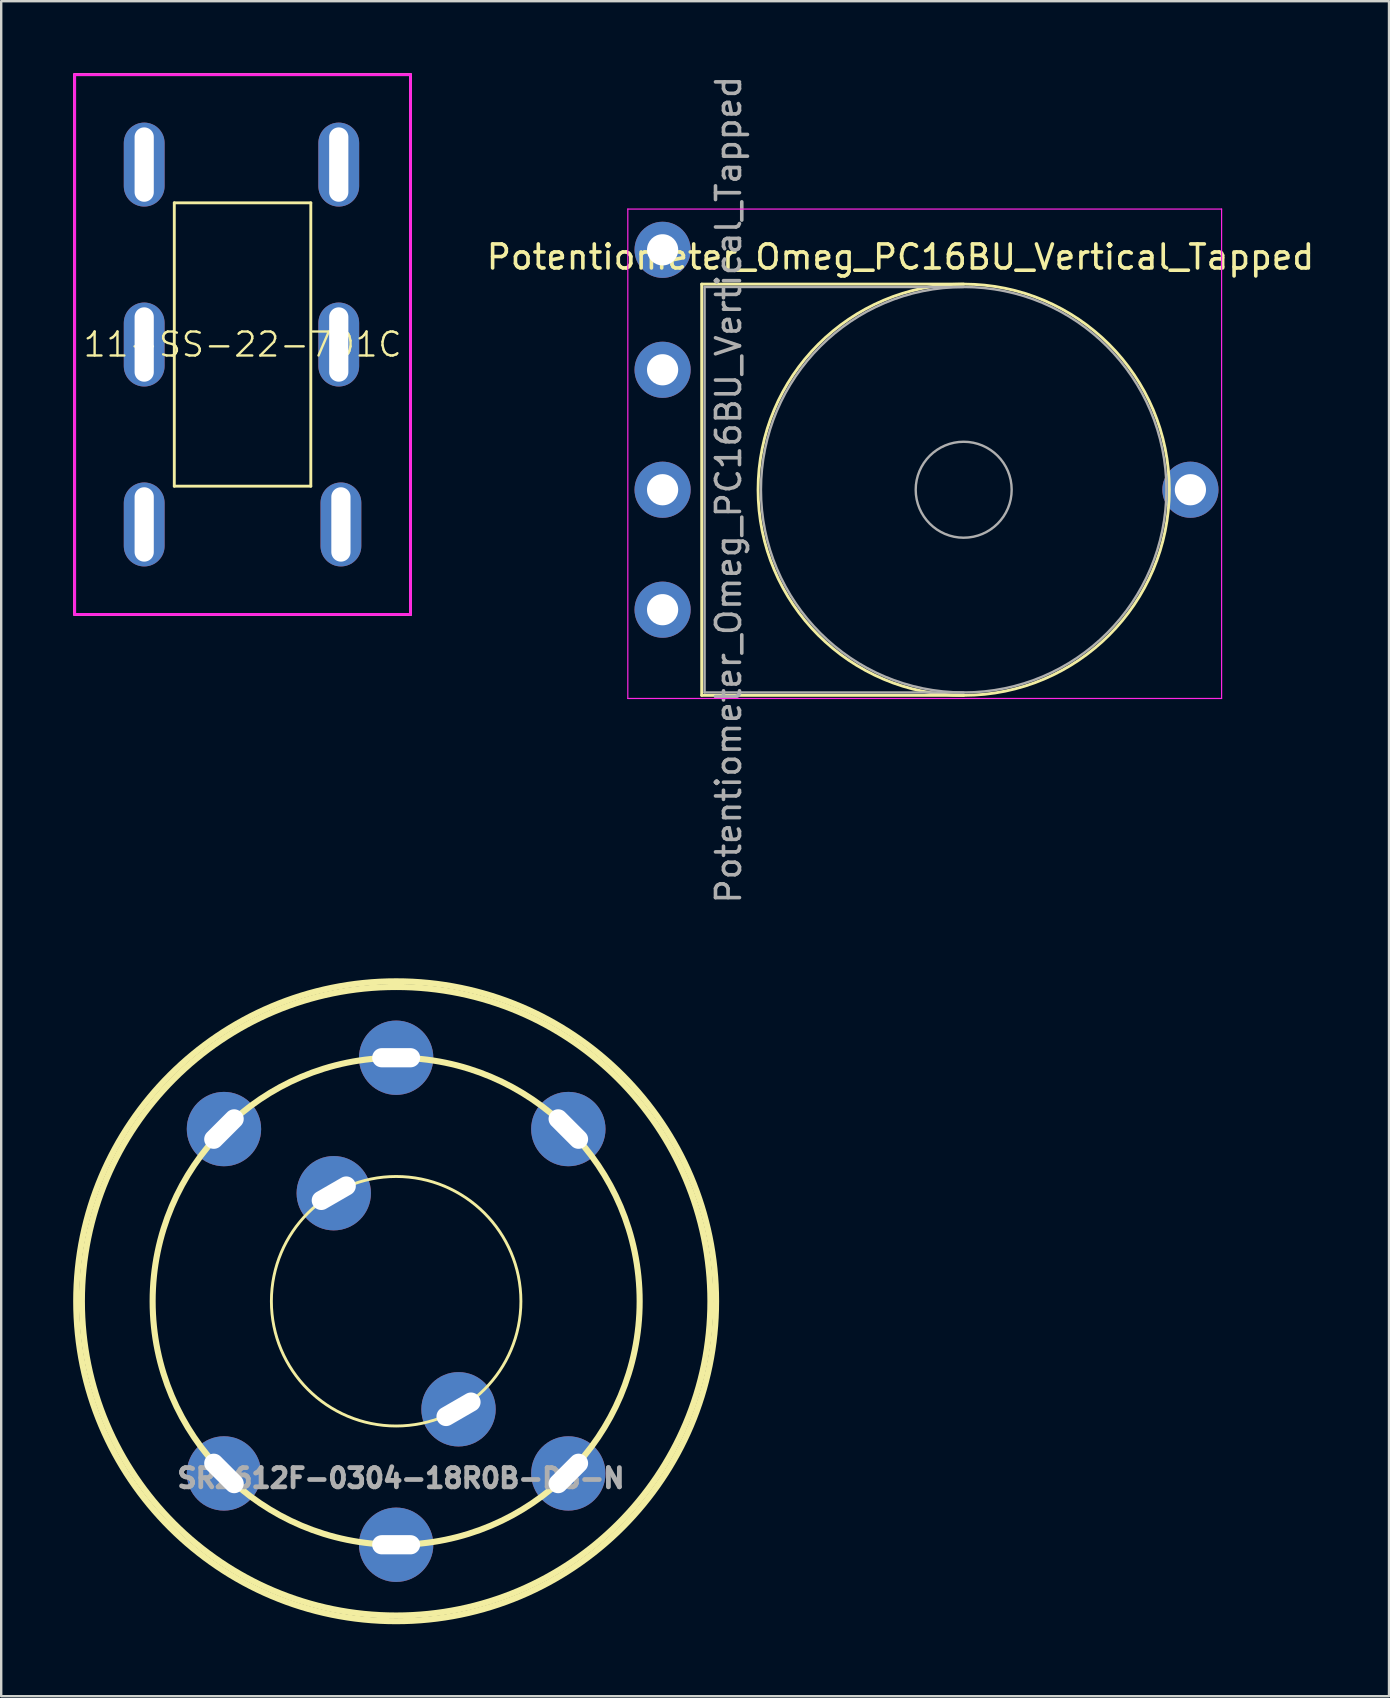
<source format=kicad_pcb>
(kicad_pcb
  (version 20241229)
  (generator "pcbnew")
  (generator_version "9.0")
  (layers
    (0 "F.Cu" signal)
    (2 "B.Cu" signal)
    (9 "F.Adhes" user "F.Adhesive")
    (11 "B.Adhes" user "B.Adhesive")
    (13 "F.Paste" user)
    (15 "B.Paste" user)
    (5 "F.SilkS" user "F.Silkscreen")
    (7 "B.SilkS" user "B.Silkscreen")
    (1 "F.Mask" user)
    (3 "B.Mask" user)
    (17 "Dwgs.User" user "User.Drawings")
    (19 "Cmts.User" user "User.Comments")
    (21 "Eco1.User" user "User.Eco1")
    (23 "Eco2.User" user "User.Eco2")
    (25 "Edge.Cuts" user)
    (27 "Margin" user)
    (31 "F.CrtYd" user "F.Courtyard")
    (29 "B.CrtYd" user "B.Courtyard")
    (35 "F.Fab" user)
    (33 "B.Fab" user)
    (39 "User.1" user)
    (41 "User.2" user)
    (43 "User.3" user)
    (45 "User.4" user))
  (footprint "SR2612F-0304-18R0B-D8-N"
    (layer "F.Cu")
    (at 13.462 51.188)
    (property "Reference" "SR2612F-0304-18R0B-D8-N" (at 0.2 7.375 0) (layer "F.Fab") (effects (font (size 0.8 0.8) (thickness 0.2))))
    (attr through_hole)
    (fp_circle (center 0 0) (end 5.2 0) (stroke (width 0.12) (type solid)) (fill no) (layer "F.SilkS"))
    (fp_circle (center 0 0) (end 10.15 0) (stroke (width 0.254) (type solid)) (fill no) (layer "F.SilkS"))
    (fp_circle (center 0 0) (end 13.099 0) (stroke (width 0.254) (type solid)) (fill no) (layer "F.SilkS"))
    (fp_circle (center 0 0) (end 13.335 0) (stroke (width 0.254) (type solid)) (fill no) (layer "F.SilkS"))
    (pad "1" thru_hole circle (at -7.177 -7.177 45) (size 3.099 3.099) (drill oval 2 0.8) (layers "*.Cu" "*.Mask"))
    (pad "2" thru_hole circle (at 0 -10.15) (size 3.099 3.099) (drill oval 2 0.8) (layers "*.Cu" "*.Mask"))
    (pad "3" thru_hole circle (at 7.177 -7.177 315) (size 3.099 3.099) (drill oval 2 0.8) (layers "*.Cu" "*.Mask"))
    (pad "4" thru_hole circle (at -2.6 -4.503 30) (size 3.099 3.099) (drill oval 2 0.8) (layers "*.Cu" "*.Mask"))
    (pad "5" thru_hole circle (at 7.177 7.177 45) (size 3.099 3.099) (drill oval 2 0.8) (layers "*.Cu" "*.Mask"))
    (pad "6" thru_hole circle (at 0 10.15) (size 3.099 3.099) (drill oval 2 0.8) (layers "*.Cu" "*.Mask"))
    (pad "7" thru_hole circle (at -7.177 7.177 315) (size 3.099 3.099) (drill oval 2 0.8) (layers "*.Cu" "*.Mask"))
    (pad "8" thru_hole circle (at 2.6 4.503 30) (size 3.099 3.099) (drill oval 2 0.8) (layers "*.Cu" "*.Mask")))
  (footprint "11-SS-22-701C"
    (layer "F.Cu")
    (at 7.06 11.31)
    (property "Reference" "11-SS-22-701C" (at 0 0 180) (layer "F.SilkS") (effects (font (size 1 1) (thickness 0.1))))
    (attr through_hole)
    (fp_line (start -7 -11.25) (end 7 -11.25) (stroke (width 0.12) (type solid)) (layer "F.SilkS"))
    (fp_line (start -7 11.25) (end -7 -11.25) (stroke (width 0.12) (type solid)) (layer "F.SilkS"))
    (fp_line (start -7 11.25) (end 7 11.25) (stroke (width 0.12) (type solid)) (layer "F.SilkS"))
    (fp_line (start -2.845 -5.905) (end 2.845 -5.905) (stroke (width 0.12) (type solid)) (layer "F.SilkS"))
    (fp_line (start -2.845 5.905) (end -2.845 -5.905) (stroke (width 0.12) (type solid)) (layer "F.SilkS"))
    (fp_line (start -2.845 5.905) (end 2.845 5.905) (stroke (width 0.12) (type solid)) (layer "F.SilkS"))
    (fp_line (start 2.845 5.905) (end 2.845 -5.905) (stroke (width 0.12) (type solid)) (layer "F.SilkS"))
    (fp_line (start 7 -11.25) (end 7 11.25) (stroke (width 0.12) (type solid)) (layer "F.SilkS"))
    (fp_line (start -7 -11.25) (end 7 -11.25) (stroke (width 0.12) (type solid)) (layer "F.CrtYd"))
    (fp_line (start -7 11.25) (end -7 -11.25) (stroke (width 0.12) (type solid)) (layer "F.CrtYd"))
    (fp_line (start -7 11.25) (end 7 11.25) (stroke (width 0.12) (type solid)) (layer "F.CrtYd"))
    (fp_line (start 7 -11.25) (end 7 11.25) (stroke (width 0.12) (type solid)) (layer "F.CrtYd"))
    (pad "1" thru_hole oval (at 4.01 -7.5) (size 1.7 3.5) (drill oval 0.8 3.1) (layers "*.Cu" "*.Mask"))
    (pad "2" thru_hole oval (at 4.01 0) (size 1.7 3.5) (drill oval 0.8 3.1) (layers "*.Cu" "*.Mask"))
    (pad "3" thru_hole oval (at 4.1 7.5) (size 1.7 3.5) (drill oval 0.8 3.1) (layers "*.Cu" "*.Mask"))
    (pad "4" thru_hole oval (at -4.1 -7.5) (size 1.7 3.5) (drill oval 0.8 3.1) (layers "*.Cu" "*.Mask"))
    (pad "5" thru_hole oval (at -4.1 0) (size 1.7 3.5) (drill oval 0.8 3.1) (layers "*.Cu" "*.Mask"))
    (pad "6" thru_hole oval (at -4.1 7.5) (size 1.7 3.5) (drill oval 0.8 3.1) (layers "*.Cu" "*.Mask")))
  (footprint "Potentiometer_Omeg_PC16BU_Vertical_Tapped"
    (layer "F.Cu")
    (at 24.568 22.363)
    (property "Reference" "Potentiometer_Omeg_PC16BU_Vertical_Tapped" (at 9.915 -14.7 0) (layer "F.SilkS") (effects (font (size 1 1) (thickness 0.15))))
    (attr through_hole)
    (fp_line (start 1.63 -13.57) (end 1.63 3.57) (stroke (width 0.12) (type solid)) (layer "F.SilkS"))
    (fp_line (start 1.63 -13.57) (end 12.55 -13.57) (stroke (width 0.12) (type solid)) (layer "F.SilkS"))
    (fp_line (start 1.63 3.57) (end 12.55 3.57) (stroke (width 0.12) (type solid)) (layer "F.SilkS"))
    (fp_circle (center 12.55 -5) (end 21.12 -5) (stroke (width 0.12) (type solid)) (fill no) (layer "F.SilkS"))
    (fp_line (start -1.45 -16.7) (end -1.45 3.7) (stroke (width 0.05) (type solid)) (layer "F.CrtYd"))
    (fp_line (start -1.45 3.7) (end 23.3 3.7) (stroke (width 0.05) (type solid)) (layer "F.CrtYd"))
    (fp_line (start 23.3 -16.7) (end -1.45 -16.7) (stroke (width 0.05) (type solid)) (layer "F.CrtYd"))
    (fp_line (start 23.3 3.7) (end 23.3 -16.7) (stroke (width 0.05) (type solid)) (layer "F.CrtYd"))
    (fp_line (start 1.75 -13.45) (end 1.75 3.45) (stroke (width 0.1) (type solid)) (layer "F.Fab"))
    (fp_line (start 1.75 3.45) (end 12.55 3.45) (stroke (width 0.1) (type solid)) (layer "F.Fab"))
    (fp_line (start 12.55 -13.45) (end 1.75 -13.45) (stroke (width 0.1) (type solid)) (layer "F.Fab"))
    (fp_circle (center 12.55 -5) (end 14.55 -5) (stroke (width 0.1) (type solid)) (fill no) (layer "F.Fab"))
    (fp_circle (center 12.55 -5) (end 21 -5) (stroke (width 0.1) (type solid)) (fill no) (layer "F.Fab"))
    (fp_text user "${REFERENCE}" (at 2.75 -5 90) (layer "F.Fab") (effects (font (size 1 1) (thickness 0.15))))
    (pad "1" thru_hole circle (at 0 0) (size 2.34 2.34) (drill 1.3) (layers "*.Cu" "*.Mask"))
    (pad "2" thru_hole circle (at 0 -5) (size 2.34 2.34) (drill 1.3) (layers "*.Cu" "*.Mask"))
    (pad "3" thru_hole circle (at 0 -10) (size 2.34 2.34) (drill 1.3) (layers "*.Cu" "*.Mask"))
    (pad "4" thru_hole circle (at 0 -15) (size 2.34 2.34) (drill 1.3) (layers "*.Cu" "*.Mask"))
    (pad "4" thru_hole circle (at 22 -5) (size 2.34 2.34) (drill 1.3) (layers "*.Cu" "*.Mask")))
  (gr_rect
    (start -3 -3)
    (end 54.846 67.65)
    (stroke (width 0.1) (type default))
    (fill no)
    (layer "Edge.Cuts")))
</source>
